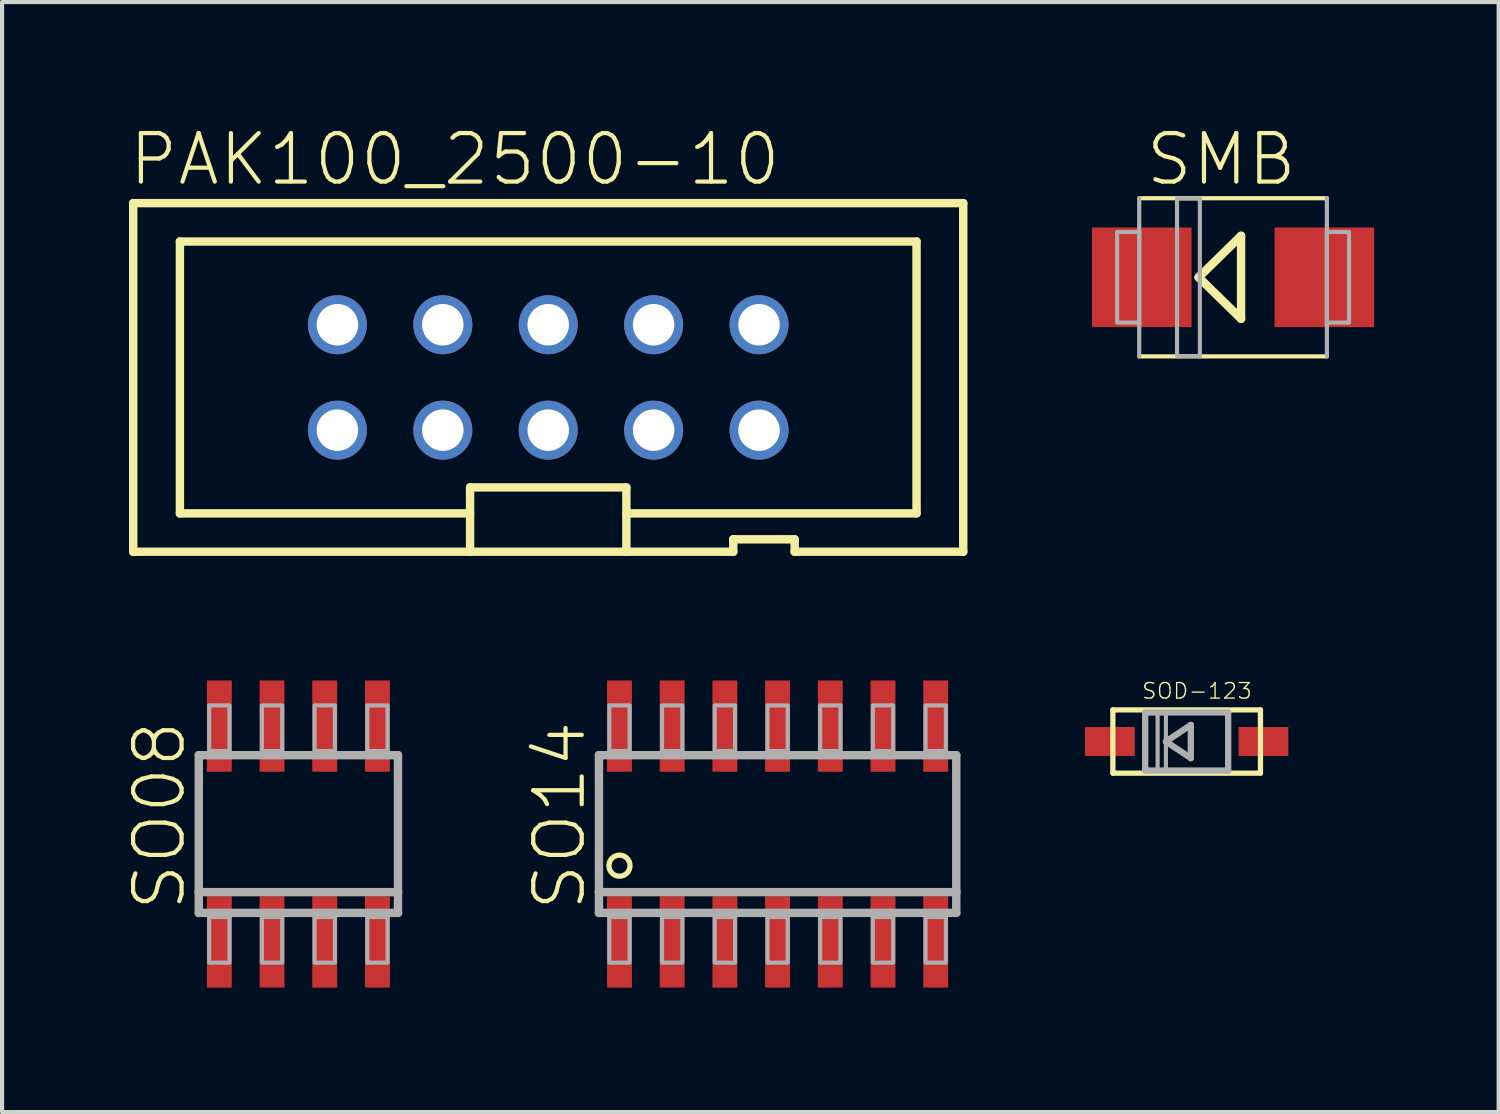
<source format=kicad_pcb>
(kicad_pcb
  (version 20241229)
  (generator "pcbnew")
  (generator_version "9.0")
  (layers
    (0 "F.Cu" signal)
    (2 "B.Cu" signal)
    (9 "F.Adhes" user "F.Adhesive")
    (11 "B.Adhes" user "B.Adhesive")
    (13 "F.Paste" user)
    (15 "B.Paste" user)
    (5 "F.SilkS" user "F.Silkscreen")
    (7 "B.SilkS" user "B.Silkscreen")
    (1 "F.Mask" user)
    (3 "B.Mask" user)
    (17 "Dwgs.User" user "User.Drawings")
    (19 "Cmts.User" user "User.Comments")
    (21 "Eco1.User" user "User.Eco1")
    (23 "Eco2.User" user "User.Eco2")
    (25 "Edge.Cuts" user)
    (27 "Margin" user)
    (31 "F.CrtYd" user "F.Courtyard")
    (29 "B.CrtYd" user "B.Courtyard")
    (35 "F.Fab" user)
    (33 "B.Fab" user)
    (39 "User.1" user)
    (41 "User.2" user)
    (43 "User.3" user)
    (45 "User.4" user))
  (footprint "SO08"
    (layer "F.Cu")
    (at 4.14 17.047)
    (property "Reference" "SO08" (at -2.667 1.905 90) (layer "F.SilkS") (effects (font (size 1.168 1.168) (thickness 0.102)) (justify left bottom)))
    (fp_line (start -2.4 -1.9) (end 2.4 -1.9) (stroke (width 0.203) (type solid)) (layer "F.Fab"))
    (fp_line (start -2.4 1.4) (end -2.4 -1.9) (stroke (width 0.203) (type solid)) (layer "F.Fab"))
    (fp_line (start -2.4 1.9) (end -2.4 1.4) (stroke (width 0.203) (type solid)) (layer "F.Fab"))
    (fp_line (start 2.4 -1.9) (end 2.4 1.4) (stroke (width 0.203) (type solid)) (layer "F.Fab"))
    (fp_line (start 2.4 1.4) (end -2.4 1.4) (stroke (width 0.203) (type solid)) (layer "F.Fab"))
    (fp_line (start 2.4 1.4) (end 2.4 1.9) (stroke (width 0.203) (type solid)) (layer "F.Fab"))
    (fp_line (start 2.4 1.9) (end -2.4 1.9) (stroke (width 0.203) (type solid)) (layer "F.Fab"))
    (fp_poly (pts (xy -2.15 -2) (xy -1.66 -2) (xy -1.66 -3.1) (xy -2.15 -3.1)) (stroke (width 0.1) (type solid)) (fill no) (layer "F.Fab"))
    (fp_poly (pts (xy -2.15 3.1) (xy -1.66 3.1) (xy -1.66 2) (xy -2.15 2)) (stroke (width 0.1) (type solid)) (fill no) (layer "F.Fab"))
    (fp_poly (pts (xy -0.88 -2) (xy -0.39 -2) (xy -0.39 -3.1) (xy -0.88 -3.1)) (stroke (width 0.1) (type solid)) (fill no) (layer "F.Fab"))
    (fp_poly (pts (xy -0.88 3.1) (xy -0.39 3.1) (xy -0.39 2) (xy -0.88 2)) (stroke (width 0.1) (type solid)) (fill no) (layer "F.Fab"))
    (fp_poly (pts (xy 0.39 -2) (xy 0.88 -2) (xy 0.88 -3.1) (xy 0.39 -3.1)) (stroke (width 0.1) (type solid)) (fill no) (layer "F.Fab"))
    (fp_poly (pts (xy 0.39 3.1) (xy 0.88 3.1) (xy 0.88 2) (xy 0.39 2)) (stroke (width 0.1) (type solid)) (fill no) (layer "F.Fab"))
    (fp_poly (pts (xy 1.66 -2) (xy 2.15 -2) (xy 2.15 -3.1) (xy 1.66 -3.1)) (stroke (width 0.1) (type solid)) (fill no) (layer "F.Fab"))
    (fp_poly (pts (xy 1.66 3.1) (xy 2.15 3.1) (xy 2.15 2) (xy 1.66 2)) (stroke (width 0.1) (type solid)) (fill no) (layer "F.Fab"))
    (pad "1" smd rect (at -1.905 2.6) (size 0.6 2.2) (layers "F.Cu" "F.Mask" "F.Paste"))
    (pad "2" smd rect (at -0.635 2.6) (size 0.6 2.2) (layers "F.Cu" "F.Mask" "F.Paste"))
    (pad "3" smd rect (at 0.635 2.6) (size 0.6 2.2) (layers "F.Cu" "F.Mask" "F.Paste"))
    (pad "4" smd rect (at 1.905 2.6) (size 0.6 2.2) (layers "F.Cu" "F.Mask" "F.Paste"))
    (pad "5" smd rect (at 1.905 -2.6) (size 0.6 2.2) (layers "F.Cu" "F.Mask" "F.Paste"))
    (pad "6" smd rect (at 0.635 -2.6) (size 0.6 2.2) (layers "F.Cu" "F.Mask" "F.Paste"))
    (pad "7" smd rect (at -0.635 -2.6) (size 0.6 2.2) (layers "F.Cu" "F.Mask" "F.Paste"))
    (pad "8" smd rect (at -1.905 -2.6) (size 0.6 2.2) (layers "F.Cu" "F.Mask" "F.Paste")))
  (footprint "SOD-123"
    (layer "F.Cu")
    (at 25.544 14.818)
    (property "Reference" "SOD-123" (at -1.1 -1 0) (layer "F.SilkS") (effects (font (size 0.374 0.374) (thickness 0.033)) (justify left bottom)))
    (fp_line (start -1.778 -0.762) (end 1.778 -0.762) (stroke (width 0.127) (type solid)) (layer "F.SilkS"))
    (fp_line (start -1.778 0.762) (end -1.778 -0.762) (stroke (width 0.127) (type solid)) (layer "F.SilkS"))
    (fp_line (start 1.778 -0.762) (end 1.778 0.762) (stroke (width 0.127) (type solid)) (layer "F.SilkS"))
    (fp_line (start 1.778 0.762) (end -1.778 0.762) (stroke (width 0.127) (type solid)) (layer "F.SilkS"))
    (fp_line (start -1 -0.7) (end 1 -0.7) (stroke (width 0.152) (type solid)) (layer "F.Fab"))
    (fp_line (start -1 0.7) (end -1 -0.7) (stroke (width 0.152) (type solid)) (layer "F.Fab"))
    (fp_line (start -0.5 0) (end 0.1 -0.4) (stroke (width 0.152) (type solid)) (layer "F.Fab"))
    (fp_line (start 0.1 -0.4) (end 0.1 0.4) (stroke (width 0.152) (type solid)) (layer "F.Fab"))
    (fp_line (start 0.1 0.4) (end -0.5 0) (stroke (width 0.152) (type solid)) (layer "F.Fab"))
    (fp_line (start 1 -0.7) (end 1 0.7) (stroke (width 0.152) (type solid)) (layer "F.Fab"))
    (fp_line (start 1 0.7) (end -1 0.7) (stroke (width 0.152) (type solid)) (layer "F.Fab"))
    (fp_poly (pts (xy -0.7 0.7) (xy -0.5 0.7) (xy -0.5 -0.7) (xy -0.7 -0.7)) (stroke (width 0.1) (type solid)) (fill no) (layer "F.Fab"))
    (pad "A" smd rect (at 1.85 0) (size 1.2 0.7) (layers "F.Cu" "F.Mask" "F.Paste"))
    (pad "C" smd rect (at -1.85 0) (size 1.2 0.7) (layers "F.Cu" "F.Mask" "F.Paste")))
  (footprint "SO14"
    (layer "F.Cu")
    (at 15.687 17.047)
    (property "Reference" "SO14" (at -4.572 1.905 90) (layer "F.SilkS") (effects (font (size 1.168 1.168) (thickness 0.102)) (justify left bottom)))
    (fp_circle (center -3.81 0.762) (end -3.556 0.762) (stroke (width 0.127) (type solid)) (fill no) (layer "F.SilkS"))
    (fp_line (start -4.305 -1.9) (end 4.305 -1.9) (stroke (width 0.203) (type solid)) (layer "F.Fab"))
    (fp_line (start -4.305 1.4) (end -4.305 -1.9) (stroke (width 0.203) (type solid)) (layer "F.Fab"))
    (fp_line (start -4.305 1.9) (end -4.305 1.4) (stroke (width 0.203) (type solid)) (layer "F.Fab"))
    (fp_line (start 4.305 -1.9) (end 4.305 1.4) (stroke (width 0.203) (type solid)) (layer "F.Fab"))
    (fp_line (start 4.305 1.4) (end -4.305 1.4) (stroke (width 0.203) (type solid)) (layer "F.Fab"))
    (fp_line (start 4.305 1.4) (end 4.305 1.9) (stroke (width 0.203) (type solid)) (layer "F.Fab"))
    (fp_line (start 4.305 1.9) (end -4.305 1.9) (stroke (width 0.203) (type solid)) (layer "F.Fab"))
    (fp_poly (pts (xy -4.055 -2) (xy -3.565 -2) (xy -3.565 -3.1) (xy -4.055 -3.1)) (stroke (width 0.1) (type solid)) (fill no) (layer "F.Fab"))
    (fp_poly (pts (xy -4.055 3.1) (xy -3.565 3.1) (xy -3.565 2) (xy -4.055 2)) (stroke (width 0.1) (type solid)) (fill no) (layer "F.Fab"))
    (fp_poly (pts (xy -2.785 -2) (xy -2.295 -2) (xy -2.295 -3.1) (xy -2.785 -3.1)) (stroke (width 0.1) (type solid)) (fill no) (layer "F.Fab"))
    (fp_poly (pts (xy -2.785 3.1) (xy -2.295 3.1) (xy -2.295 2) (xy -2.785 2)) (stroke (width 0.1) (type solid)) (fill no) (layer "F.Fab"))
    (fp_poly (pts (xy -1.515 -2) (xy -1.025 -2) (xy -1.025 -3.1) (xy -1.515 -3.1)) (stroke (width 0.1) (type solid)) (fill no) (layer "F.Fab"))
    (fp_poly (pts (xy -1.515 3.1) (xy -1.025 3.1) (xy -1.025 2) (xy -1.515 2)) (stroke (width 0.1) (type solid)) (fill no) (layer "F.Fab"))
    (fp_poly (pts (xy -0.245 -2) (xy 0.245 -2) (xy 0.245 -3.1) (xy -0.245 -3.1)) (stroke (width 0.1) (type solid)) (fill no) (layer "F.Fab"))
    (fp_poly (pts (xy -0.245 3.1) (xy 0.245 3.1) (xy 0.245 2) (xy -0.245 2)) (stroke (width 0.1) (type solid)) (fill no) (layer "F.Fab"))
    (fp_poly (pts (xy 1.025 -2) (xy 1.515 -2) (xy 1.515 -3.1) (xy 1.025 -3.1)) (stroke (width 0.1) (type solid)) (fill no) (layer "F.Fab"))
    (fp_poly (pts (xy 1.025 3.1) (xy 1.515 3.1) (xy 1.515 2) (xy 1.025 2)) (stroke (width 0.1) (type solid)) (fill no) (layer "F.Fab"))
    (fp_poly (pts (xy 2.295 -2) (xy 2.785 -2) (xy 2.785 -3.1) (xy 2.295 -3.1)) (stroke (width 0.1) (type solid)) (fill no) (layer "F.Fab"))
    (fp_poly (pts (xy 2.295 3.1) (xy 2.785 3.1) (xy 2.785 2) (xy 2.295 2)) (stroke (width 0.1) (type solid)) (fill no) (layer "F.Fab"))
    (fp_poly (pts (xy 3.565 -2) (xy 4.055 -2) (xy 4.055 -3.1) (xy 3.565 -3.1)) (stroke (width 0.1) (type solid)) (fill no) (layer "F.Fab"))
    (fp_poly (pts (xy 3.565 3.1) (xy 4.055 3.1) (xy 4.055 2) (xy 3.565 2)) (stroke (width 0.1) (type solid)) (fill no) (layer "F.Fab"))
    (pad "1" smd rect (at -3.81 2.6) (size 0.6 2.2) (layers "F.Cu" "F.Mask" "F.Paste"))
    (pad "2" smd rect (at -2.54 2.6) (size 0.6 2.2) (layers "F.Cu" "F.Mask" "F.Paste"))
    (pad "3" smd rect (at -1.27 2.6) (size 0.6 2.2) (layers "F.Cu" "F.Mask" "F.Paste"))
    (pad "4" smd rect (at 0 2.6) (size 0.6 2.2) (layers "F.Cu" "F.Mask" "F.Paste"))
    (pad "5" smd rect (at 1.27 2.6) (size 0.6 2.2) (layers "F.Cu" "F.Mask" "F.Paste"))
    (pad "6" smd rect (at 2.54 2.6) (size 0.6 2.2) (layers "F.Cu" "F.Mask" "F.Paste"))
    (pad "7" smd rect (at 3.81 2.6) (size 0.6 2.2) (layers "F.Cu" "F.Mask" "F.Paste"))
    (pad "8" smd rect (at 3.81 -2.6) (size 0.6 2.2) (layers "F.Cu" "F.Mask" "F.Paste"))
    (pad "9" smd rect (at 2.54 -2.6) (size 0.6 2.2) (layers "F.Cu" "F.Mask" "F.Paste"))
    (pad "10" smd rect (at 1.27 -2.6) (size 0.6 2.2) (layers "F.Cu" "F.Mask" "F.Paste"))
    (pad "11" smd rect (at 0 -2.6) (size 0.6 2.2) (layers "F.Cu" "F.Mask" "F.Paste"))
    (pad "12" smd rect (at -1.27 -2.6) (size 0.6 2.2) (layers "F.Cu" "F.Mask" "F.Paste"))
    (pad "13" smd rect (at -2.54 -2.6) (size 0.6 2.2) (layers "F.Cu" "F.Mask" "F.Paste"))
    (pad "14" smd rect (at -3.81 -2.6) (size 0.6 2.2) (layers "F.Cu" "F.Mask" "F.Paste")))
  (footprint "SMB"
    (layer "F.Cu")
    (at 26.662 3.632)
    (property "Reference" "SMB" (at -2.159 -2.159 0) (layer "F.SilkS") (effects (font (size 1.168 1.168) (thickness 0.102)) (justify left bottom)))
    (fp_line (start -2.261 -1.905) (end 2.261 -1.905) (stroke (width 0.102) (type solid)) (layer "F.SilkS"))
    (fp_line (start -2.261 1.905) (end 2.261 1.905) (stroke (width 0.102) (type solid)) (layer "F.SilkS"))
    (fp_line (start -0.83 0) (end 0.193 1) (stroke (width 0.203) (type solid)) (layer "F.SilkS"))
    (fp_line (start 0.193 -1) (end -0.83 0) (stroke (width 0.203) (type solid)) (layer "F.SilkS"))
    (fp_line (start 0.193 1) (end 0.193 -1) (stroke (width 0.203) (type solid)) (layer "F.SilkS"))
    (fp_line (start -2.261 1.905) (end -2.261 -1.905) (stroke (width 0.102) (type solid)) (layer "F.Fab"))
    (fp_line (start 2.261 1.905) (end 2.261 -1.905) (stroke (width 0.102) (type solid)) (layer "F.Fab"))
    (fp_poly (pts (xy -2.794 1.092) (xy -2.261 1.092) (xy -2.261 -1.092) (xy -2.794 -1.092)) (stroke (width 0.1) (type solid)) (fill no) (layer "F.Fab"))
    (fp_poly (pts (xy -1.35 1.9) (xy -0.8 1.9) (xy -0.8 -1.9) (xy -1.35 -1.9)) (stroke (width 0.1) (type solid)) (fill no) (layer "F.Fab"))
    (fp_poly (pts (xy 2.261 1.092) (xy 2.794 1.092) (xy 2.794 -1.092) (xy 2.261 -1.092)) (stroke (width 0.1) (type solid)) (fill no) (layer "F.Fab"))
    (pad "A" smd rect (at 2.2 0) (size 2.4 2.4) (layers "F.Cu" "F.Mask" "F.Paste"))
    (pad "C" smd rect (at -2.2 0) (size 2.4 2.4) (layers "F.Cu" "F.Mask" "F.Paste")))
  (footprint "PAK100_2500-10"
    (layer "F.Cu")
    (at 10.16 6.045)
    (property "Reference" "PAK100_2500-10" (at -10.16 -4.572 0) (layer "F.SilkS") (effects (font (size 1.168 1.168) (thickness 0.102)) (justify left bottom)))
    (fp_line (start -10 -4.2) (end 10 -4.2) (stroke (width 0.203) (type solid)) (layer "F.SilkS"))
    (fp_line (start -10 4.2) (end -10 -4.2) (stroke (width 0.203) (type solid)) (layer "F.SilkS"))
    (fp_line (start -8.875 -3.275) (end 8.875 -3.275) (stroke (width 0.203) (type solid)) (layer "F.SilkS"))
    (fp_line (start -8.875 3.275) (end -8.875 -3.275) (stroke (width 0.203) (type solid)) (layer "F.SilkS"))
    (fp_line (start -1.883 2.65) (end -1.883 4.2) (stroke (width 0.203) (type solid)) (layer "F.SilkS"))
    (fp_line (start -1.883 3.275) (end -8.875 3.275) (stroke (width 0.203) (type solid)) (layer "F.SilkS"))
    (fp_line (start -1.883 4.2) (end -10 4.2) (stroke (width 0.203) (type solid)) (layer "F.SilkS"))
    (fp_line (start 1.883 2.65) (end -1.883 2.65) (stroke (width 0.203) (type solid)) (layer "F.SilkS"))
    (fp_line (start 1.883 4.2) (end -1.883 4.2) (stroke (width 0.203) (type solid)) (layer "F.SilkS"))
    (fp_line (start 1.883 4.2) (end 1.883 2.65) (stroke (width 0.203) (type solid)) (layer "F.SilkS"))
    (fp_line (start 4.459 3.9) (end 4.459 4.2) (stroke (width 0.203) (type solid)) (layer "F.SilkS"))
    (fp_line (start 4.459 4.2) (end 1.883 4.2) (stroke (width 0.203) (type solid)) (layer "F.SilkS"))
    (fp_line (start 5.938 3.9) (end 4.459 3.9) (stroke (width 0.203) (type solid)) (layer "F.SilkS"))
    (fp_line (start 5.938 4.2) (end 5.938 3.9) (stroke (width 0.203) (type solid)) (layer "F.SilkS"))
    (fp_line (start 8.875 -3.275) (end 8.875 3.275) (stroke (width 0.203) (type solid)) (layer "F.SilkS"))
    (fp_line (start 8.875 3.275) (end 1.883 3.275) (stroke (width 0.203) (type solid)) (layer "F.SilkS"))
    (fp_line (start 10 -4.2) (end 10 4.2) (stroke (width 0.203) (type solid)) (layer "F.SilkS"))
    (fp_line (start 10 4.2) (end 5.938 4.2) (stroke (width 0.203) (type solid)) (layer "F.SilkS"))
    (pad "1" thru_hole circle (at -5.08 1.27) (size 1.422 1.422) (drill 1) (layers "*.Cu" "*.Mask"))
    (pad "2" thru_hole circle (at -5.08 -1.27) (size 1.422 1.422) (drill 1) (layers "*.Cu" "*.Mask"))
    (pad "3" thru_hole circle (at -2.54 1.27) (size 1.422 1.422) (drill 1) (layers "*.Cu" "*.Mask"))
    (pad "4" thru_hole circle (at -2.54 -1.27) (size 1.422 1.422) (drill 1) (layers "*.Cu" "*.Mask"))
    (pad "5" thru_hole circle (at 0 1.27) (size 1.422 1.422) (drill 1) (layers "*.Cu" "*.Mask"))
    (pad "6" thru_hole circle (at 0 -1.27) (size 1.422 1.422) (drill 1) (layers "*.Cu" "*.Mask"))
    (pad "7" thru_hole circle (at 2.54 1.27) (size 1.422 1.422) (drill 1) (layers "*.Cu" "*.Mask"))
    (pad "8" thru_hole circle (at 2.54 -1.27) (size 1.422 1.422) (drill 1) (layers "*.Cu" "*.Mask"))
    (pad "9" thru_hole circle (at 5.08 1.27) (size 1.422 1.422) (drill 1) (layers "*.Cu" "*.Mask"))
    (pad "10" thru_hole circle (at 5.08 -1.27) (size 1.422 1.422) (drill 1) (layers "*.Cu" "*.Mask")))
  (gr_rect
    (start -3 -3)
    (end 33.062 23.747)
    (stroke (width 0.1) (type default))
    (fill no)
    (layer "Edge.Cuts")))
</source>
